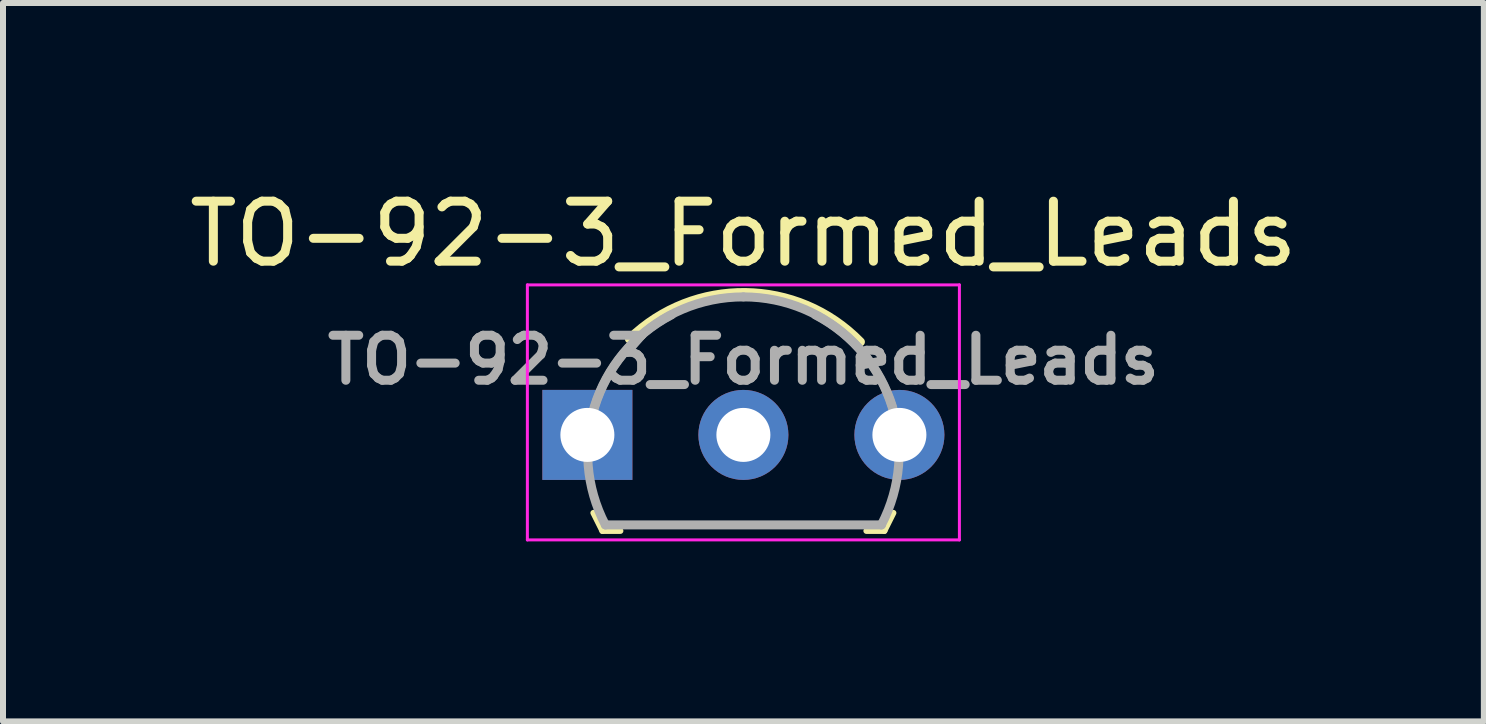
<source format=kicad_pcb>
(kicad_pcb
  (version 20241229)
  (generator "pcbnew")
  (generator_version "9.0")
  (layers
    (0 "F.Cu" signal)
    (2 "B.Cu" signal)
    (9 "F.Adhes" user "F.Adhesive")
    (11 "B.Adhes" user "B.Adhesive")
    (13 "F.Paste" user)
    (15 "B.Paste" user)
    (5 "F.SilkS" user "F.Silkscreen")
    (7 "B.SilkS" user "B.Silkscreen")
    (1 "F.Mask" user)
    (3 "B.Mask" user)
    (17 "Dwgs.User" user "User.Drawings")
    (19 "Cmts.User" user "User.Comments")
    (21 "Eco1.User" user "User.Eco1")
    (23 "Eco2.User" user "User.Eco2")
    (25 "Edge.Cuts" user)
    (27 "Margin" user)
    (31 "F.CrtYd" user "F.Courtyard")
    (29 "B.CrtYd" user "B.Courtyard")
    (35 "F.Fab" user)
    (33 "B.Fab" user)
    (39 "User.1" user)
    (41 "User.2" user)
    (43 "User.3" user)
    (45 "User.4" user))
  (footprint "TO-92-3_Formed_Leads"
    (layer "F.Cu")
    (at 6.739 4.198)
    (property "Reference" "TO-92-3_Formed_Leads" (at 2.6 -3.35 0) (layer "F.SilkS") (effects (font (size 1 1) (thickness 0.15))))
    (attr through_hole)
    (fp_line (start 0.25 1.6) (end 0.1 1.3) (stroke (width 0.1) (type solid)) (layer "F.SilkS"))
    (fp_line (start 0.55 1.6) (end 0.25 1.6) (stroke (width 0.1) (type solid)) (layer "F.SilkS"))
    (fp_line (start 4.95 1.6) (end 4.65 1.6) (stroke (width 0.1) (type solid)) (layer "F.SilkS"))
    (fp_line (start 4.95 1.6) (end 5.1 1.3) (stroke (width 0.1) (type solid)) (layer "F.SilkS"))
    (fp_arc (start 0.7 -1.6) (mid 2.635355 -2.372361) (end 4.55 -1.55) (stroke (width 0.15) (type solid)) (layer "F.SilkS"))
    (fp_line (start -1 -2.5) (end 6.2 -2.5) (stroke (width 0.05) (type solid)) (layer "F.CrtYd"))
    (fp_line (start -1 1.75) (end -1 -2.5) (stroke (width 0.05) (type solid)) (layer "F.CrtYd"))
    (fp_line (start -1 1.75) (end 6.2 1.75) (stroke (width 0.05) (type solid)) (layer "F.CrtYd"))
    (fp_line (start 6.2 1.75) (end 6.2 -2.5) (stroke (width 0.05) (type solid)) (layer "F.CrtYd"))
    (fp_line (start 4.9 1.5) (end 0.3 1.5) (stroke (width 0.15) (type solid)) (layer "F.Fab"))
    (fp_arc (start 0 0.3) (mid 0.761522 -1.538478) (end 2.6 -2.3) (stroke (width 0.15) (type solid)) (layer "F.Fab"))
    (fp_arc (start 0.3 1.5) (mid 0.125126 -0.477817) (end 1.4 -2) (stroke (width 0.15) (type solid)) (layer "F.Fab"))
    (fp_arc (start 2.6 -2.3) (mid 4.438478 -1.538478) (end 5.2 0.3) (stroke (width 0.15) (type solid)) (layer "F.Fab"))
    (fp_arc (start 3.8 -2) (mid 5.074874 -0.477817) (end 4.9 1.5) (stroke (width 0.15) (type solid)) (layer "F.Fab"))
    (fp_text user "${REFERENCE}" (at 2.6 -1.25 180) (layer "F.Fab") (effects (font (size 0.75 0.75) (thickness 0.15))))
    (pad "1" thru_hole rect (at 0 0 180) (size 1.5 1.5) (drill 0.9) (layers "*.Cu" "*.Mask"))
    (pad "2" thru_hole circle (at 2.6 0 180) (size 1.5 1.5) (drill 0.9) (layers "*.Cu" "*.Mask"))
    (pad "3" thru_hole circle (at 5.2 0 180) (size 1.5 1.5) (drill 0.9) (layers "*.Cu" "*.Mask")))
  (gr_rect
    (start -3 -3)
    (end 21.679 8.973)
    (stroke (width 0.1) (type default))
    (fill no)
    (layer "Edge.Cuts")))
</source>
